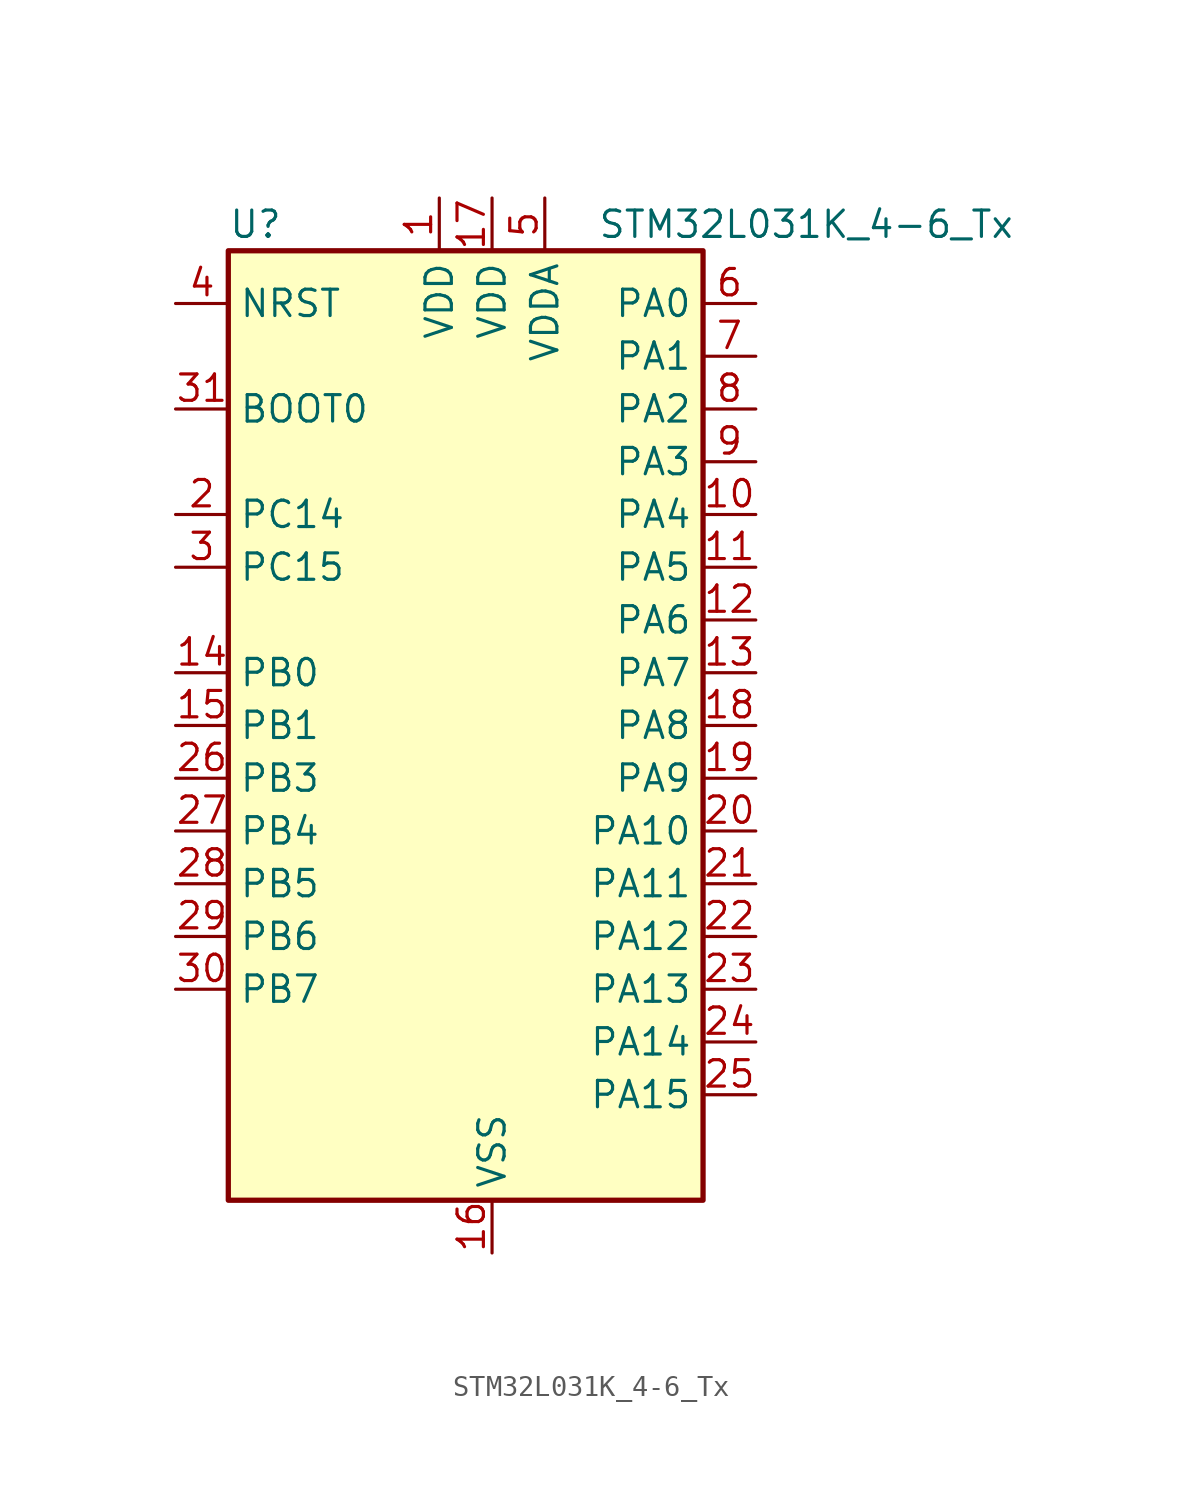
<source format=kicad_sym>
(kicad_symbol_lib
  (version 20220914)
  (generator kicad_symbol_editor)
  (symbol "STM32L031K_4-6_Tx"
    (property "Reference" "U"
      (at -10.16 24.13 0)
      (effects (font (size 1.27 1.27)) (justify left)))
    (property "Value" "STM32L031K_4-6_Tx"
      (at 7.62 24.13 0)
      (effects (font (size 1.27 1.27)) (justify left)))
    (property "ki_locked" ""
      (at 0 0 0)
      (effects (font (size 1.27 1.27))))
    (symbol "STM32L031K_4-6_Tx_0_1"
      (rectangle (start -10.16 -22.86) (end 12.7 22.86) (stroke (width 0.254) (type default)) (fill (type background))))
    (symbol "STM32L031K_4-6_Tx_1_1"
      (pin power_in line (at 0 25.4 270) (length 2.54) (name "VDD" (effects (font (size 1.27 1.27)))) (number "1" (effects (font (size 1.27 1.27)))))
      (pin bidirectional line (at 15.24 10.16 180) (length 2.54) (name "PA4" (effects (font (size 1.27 1.27)))) (number "10" (effects (font (size 1.27 1.27)))) (alternate "ADC_IN4" bidirectional line) (alternate "COMP1_INM" bidirectional line) (alternate "COMP2_INM" bidirectional line) (alternate "LPTIM1_IN1" bidirectional line) (alternate "SPI1_NSS" bidirectional line) (alternate "TIM22_ETR" bidirectional line) (alternate "USART2_CK" bidirectional line))
      (pin bidirectional line (at 15.24 7.62 180) (length 2.54) (name "PA5" (effects (font (size 1.27 1.27)))) (number "11" (effects (font (size 1.27 1.27)))) (alternate "ADC_IN5" bidirectional line) (alternate "COMP1_INM" bidirectional line) (alternate "COMP2_INM" bidirectional line) (alternate "LPTIM1_IN2" bidirectional line) (alternate "SPI1_SCK" bidirectional line) (alternate "TIM2_CH1" bidirectional line) (alternate "TIM2_ETR" bidirectional line))
      (pin bidirectional line (at 15.24 5.08 180) (length 2.54) (name "PA6" (effects (font (size 1.27 1.27)))) (number "12" (effects (font (size 1.27 1.27)))) (alternate "ADC_IN6" bidirectional line) (alternate "COMP1_OUT" bidirectional line) (alternate "LPTIM1_ETR" bidirectional line) (alternate "LPUART1_CTS" bidirectional line) (alternate "SPI1_MISO" bidirectional line) (alternate "TIM22_CH1" bidirectional line))
      (pin bidirectional line (at 15.24 2.54 180) (length 2.54) (name "PA7" (effects (font (size 1.27 1.27)))) (number "13" (effects (font (size 1.27 1.27)))) (alternate "ADC_IN7" bidirectional line) (alternate "COMP2_OUT" bidirectional line) (alternate "LPTIM1_OUT" bidirectional line) (alternate "SPI1_MOSI" bidirectional line) (alternate "TIM22_CH2" bidirectional line) (alternate "USART2_CTS" bidirectional line))
      (pin bidirectional line (at -12.7 2.54 0) (length 2.54) (name "PB0" (effects (font (size 1.27 1.27)))) (number "14" (effects (font (size 1.27 1.27)))) (alternate "ADC_IN8" bidirectional line) (alternate "SPI1_MISO" bidirectional line) (alternate "SYS_VREF_OUT_PB0" bidirectional line) (alternate "TIM2_CH3" bidirectional line) (alternate "USART2_DE" bidirectional line) (alternate "USART2_RTS" bidirectional line))
      (pin bidirectional line (at -12.7 0 0) (length 2.54) (name "PB1" (effects (font (size 1.27 1.27)))) (number "15" (effects (font (size 1.27 1.27)))) (alternate "ADC_IN9" bidirectional line) (alternate "LPUART1_DE" bidirectional line) (alternate "LPUART1_RTS" bidirectional line) (alternate "SPI1_MOSI" bidirectional line) (alternate "SYS_VREF_OUT_PB1" bidirectional line) (alternate "TIM2_CH4" bidirectional line) (alternate "USART2_CK" bidirectional line))
      (pin power_in line (at 2.54 -25.4 90) (length 2.54) (name "VSS" (effects (font (size 1.27 1.27)))) (number "16" (effects (font (size 1.27 1.27)))))
      (pin power_in line (at 2.54 25.4 270) (length 2.54) (name "VDD" (effects (font (size 1.27 1.27)))) (number "17" (effects (font (size 1.27 1.27)))))
      (pin bidirectional line (at 15.24 0 180) (length 2.54) (name "PA8" (effects (font (size 1.27 1.27)))) (number "18" (effects (font (size 1.27 1.27)))) (alternate "LPTIM1_IN1" bidirectional line) (alternate "RCC_MCO" bidirectional line) (alternate "TIM2_CH1" bidirectional line) (alternate "USART2_CK" bidirectional line))
      (pin bidirectional line (at 15.24 -2.54 180) (length 2.54) (name "PA9" (effects (font (size 1.27 1.27)))) (number "19" (effects (font (size 1.27 1.27)))) (alternate "I2C1_SCL" bidirectional line) (alternate "RCC_MCO" bidirectional line) (alternate "TIM22_CH1" bidirectional line) (alternate "USART2_TX" bidirectional line))
      (pin bidirectional line (at -12.7 10.16 0) (length 2.54) (name "PC14" (effects (font (size 1.27 1.27)))) (number "2" (effects (font (size 1.27 1.27)))) (alternate "RCC_OSC32_IN" bidirectional line))
      (pin bidirectional line (at 15.24 -5.08 180) (length 2.54) (name "PA10" (effects (font (size 1.27 1.27)))) (number "20" (effects (font (size 1.27 1.27)))) (alternate "I2C1_SDA" bidirectional line) (alternate "TIM22_CH2" bidirectional line) (alternate "USART2_RX" bidirectional line))
      (pin bidirectional line (at 15.24 -7.62 180) (length 2.54) (name "PA11" (effects (font (size 1.27 1.27)))) (number "21" (effects (font (size 1.27 1.27)))) (alternate "ADC_EXTI11" bidirectional line) (alternate "COMP1_OUT" bidirectional line) (alternate "SPI1_MISO" bidirectional line) (alternate "TIM21_CH2" bidirectional line) (alternate "USART2_CTS" bidirectional line))
      (pin bidirectional line (at 15.24 -10.16 180) (length 2.54) (name "PA12" (effects (font (size 1.27 1.27)))) (number "22" (effects (font (size 1.27 1.27)))) (alternate "COMP2_OUT" bidirectional line) (alternate "SPI1_MOSI" bidirectional line) (alternate "USART2_DE" bidirectional line) (alternate "USART2_RTS" bidirectional line))
      (pin bidirectional line (at 15.24 -12.7 180) (length 2.54) (name "PA13" (effects (font (size 1.27 1.27)))) (number "23" (effects (font (size 1.27 1.27)))) (alternate "LPTIM1_ETR" bidirectional line) (alternate "LPUART1_RX" bidirectional line) (alternate "SYS_SWDIO" bidirectional line))
      (pin bidirectional line (at 15.24 -15.24 180) (length 2.54) (name "PA14" (effects (font (size 1.27 1.27)))) (number "24" (effects (font (size 1.27 1.27)))) (alternate "I2C1_SMBA" bidirectional line) (alternate "LPTIM1_OUT" bidirectional line) (alternate "LPUART1_TX" bidirectional line) (alternate "SYS_SWCLK" bidirectional line) (alternate "USART2_TX" bidirectional line))
      (pin bidirectional line (at 15.24 -17.78 180) (length 2.54) (name "PA15" (effects (font (size 1.27 1.27)))) (number "25" (effects (font (size 1.27 1.27)))) (alternate "SPI1_NSS" bidirectional line) (alternate "TIM2_CH1" bidirectional line) (alternate "TIM2_ETR" bidirectional line) (alternate "USART2_RX" bidirectional line))
      (pin bidirectional line (at -12.7 -2.54 0) (length 2.54) (name "PB3" (effects (font (size 1.27 1.27)))) (number "26" (effects (font (size 1.27 1.27)))) (alternate "COMP2_INM" bidirectional line) (alternate "SPI1_SCK" bidirectional line) (alternate "TIM2_CH2" bidirectional line))
      (pin bidirectional line (at -12.7 -5.08 0) (length 2.54) (name "PB4" (effects (font (size 1.27 1.27)))) (number "27" (effects (font (size 1.27 1.27)))) (alternate "COMP2_INP" bidirectional line) (alternate "SPI1_MISO" bidirectional line) (alternate "TIM22_CH1" bidirectional line))
      (pin bidirectional line (at -12.7 -7.62 0) (length 2.54) (name "PB5" (effects (font (size 1.27 1.27)))) (number "28" (effects (font (size 1.27 1.27)))) (alternate "COMP2_INP" bidirectional line) (alternate "I2C1_SMBA" bidirectional line) (alternate "LPTIM1_IN1" bidirectional line) (alternate "SPI1_MOSI" bidirectional line) (alternate "TIM22_CH2" bidirectional line))
      (pin bidirectional line (at -12.7 -10.16 0) (length 2.54) (name "PB6" (effects (font (size 1.27 1.27)))) (number "29" (effects (font (size 1.27 1.27)))) (alternate "COMP2_INP" bidirectional line) (alternate "I2C1_SCL" bidirectional line) (alternate "LPTIM1_ETR" bidirectional line) (alternate "TIM21_CH1" bidirectional line) (alternate "USART2_TX" bidirectional line))
      (pin bidirectional line (at -12.7 7.62 0) (length 2.54) (name "PC15" (effects (font (size 1.27 1.27)))) (number "3" (effects (font (size 1.27 1.27)))) (alternate "RCC_OSC32_OUT" bidirectional line))
      (pin bidirectional line (at -12.7 -12.7 0) (length 2.54) (name "PB7" (effects (font (size 1.27 1.27)))) (number "30" (effects (font (size 1.27 1.27)))) (alternate "COMP2_INP" bidirectional line) (alternate "I2C1_SDA" bidirectional line) (alternate "LPTIM1_IN2" bidirectional line) (alternate "SYS_PVD_IN" bidirectional line) (alternate "USART2_RX" bidirectional line))
      (pin input line (at -12.7 15.24 0) (length 2.54) (name "BOOT0" (effects (font (size 1.27 1.27)))) (number "31" (effects (font (size 1.27 1.27)))))
      (pin passive line (at 2.54 -25.4 90) (length 2.54) hide (name "VSS" (effects (font (size 1.27 1.27)))) (number "32" (effects (font (size 1.27 1.27)))))
      (pin input line (at -12.7 20.32 0) (length 2.54) (name "NRST" (effects (font (size 1.27 1.27)))) (number "4" (effects (font (size 1.27 1.27)))))
      (pin power_in line (at 5.08 25.4 270) (length 2.54) (name "VDDA" (effects (font (size 1.27 1.27)))) (number "5" (effects (font (size 1.27 1.27)))))
      (pin bidirectional line (at 15.24 20.32 180) (length 2.54) (name "PA0" (effects (font (size 1.27 1.27)))) (number "6" (effects (font (size 1.27 1.27)))) (alternate "ADC_IN0" bidirectional line) (alternate "COMP1_INM" bidirectional line) (alternate "COMP1_OUT" bidirectional line) (alternate "LPTIM1_IN1" bidirectional line) (alternate "RCC_CK_IN" bidirectional line) (alternate "RTC_TAMP2" bidirectional line) (alternate "SYS_WKUP1" bidirectional line) (alternate "TIM2_CH1" bidirectional line) (alternate "TIM2_ETR" bidirectional line) (alternate "USART2_CTS" bidirectional line))
      (pin bidirectional line (at 15.24 17.78 180) (length 2.54) (name "PA1" (effects (font (size 1.27 1.27)))) (number "7" (effects (font (size 1.27 1.27)))) (alternate "ADC_IN1" bidirectional line) (alternate "COMP1_INP" bidirectional line) (alternate "I2C1_SMBA" bidirectional line) (alternate "LPTIM1_IN2" bidirectional line) (alternate "TIM21_ETR" bidirectional line) (alternate "TIM2_CH2" bidirectional line) (alternate "USART2_DE" bidirectional line) (alternate "USART2_RTS" bidirectional line))
      (pin bidirectional line (at 15.24 15.24 180) (length 2.54) (name "PA2" (effects (font (size 1.27 1.27)))) (number "8" (effects (font (size 1.27 1.27)))) (alternate "ADC_IN2" bidirectional line) (alternate "COMP2_INM" bidirectional line) (alternate "COMP2_OUT" bidirectional line) (alternate "LPUART1_TX" bidirectional line) (alternate "RTC_OUT_ALARM" bidirectional line) (alternate "RTC_OUT_CALIB" bidirectional line) (alternate "RTC_TAMP3" bidirectional line) (alternate "RTC_TS" bidirectional line) (alternate "SYS_WKUP3" bidirectional line) (alternate "TIM21_CH1" bidirectional line) (alternate "TIM2_CH3" bidirectional line) (alternate "USART2_TX" bidirectional line))
      (pin bidirectional line (at 15.24 12.7 180) (length 2.54) (name "PA3" (effects (font (size 1.27 1.27)))) (number "9" (effects (font (size 1.27 1.27)))) (alternate "ADC_IN3" bidirectional line) (alternate "COMP2_INP" bidirectional line) (alternate "LPUART1_RX" bidirectional line) (alternate "TIM21_CH2" bidirectional line) (alternate "TIM2_CH4" bidirectional line) (alternate "USART2_RX" bidirectional line)))))
</source>
